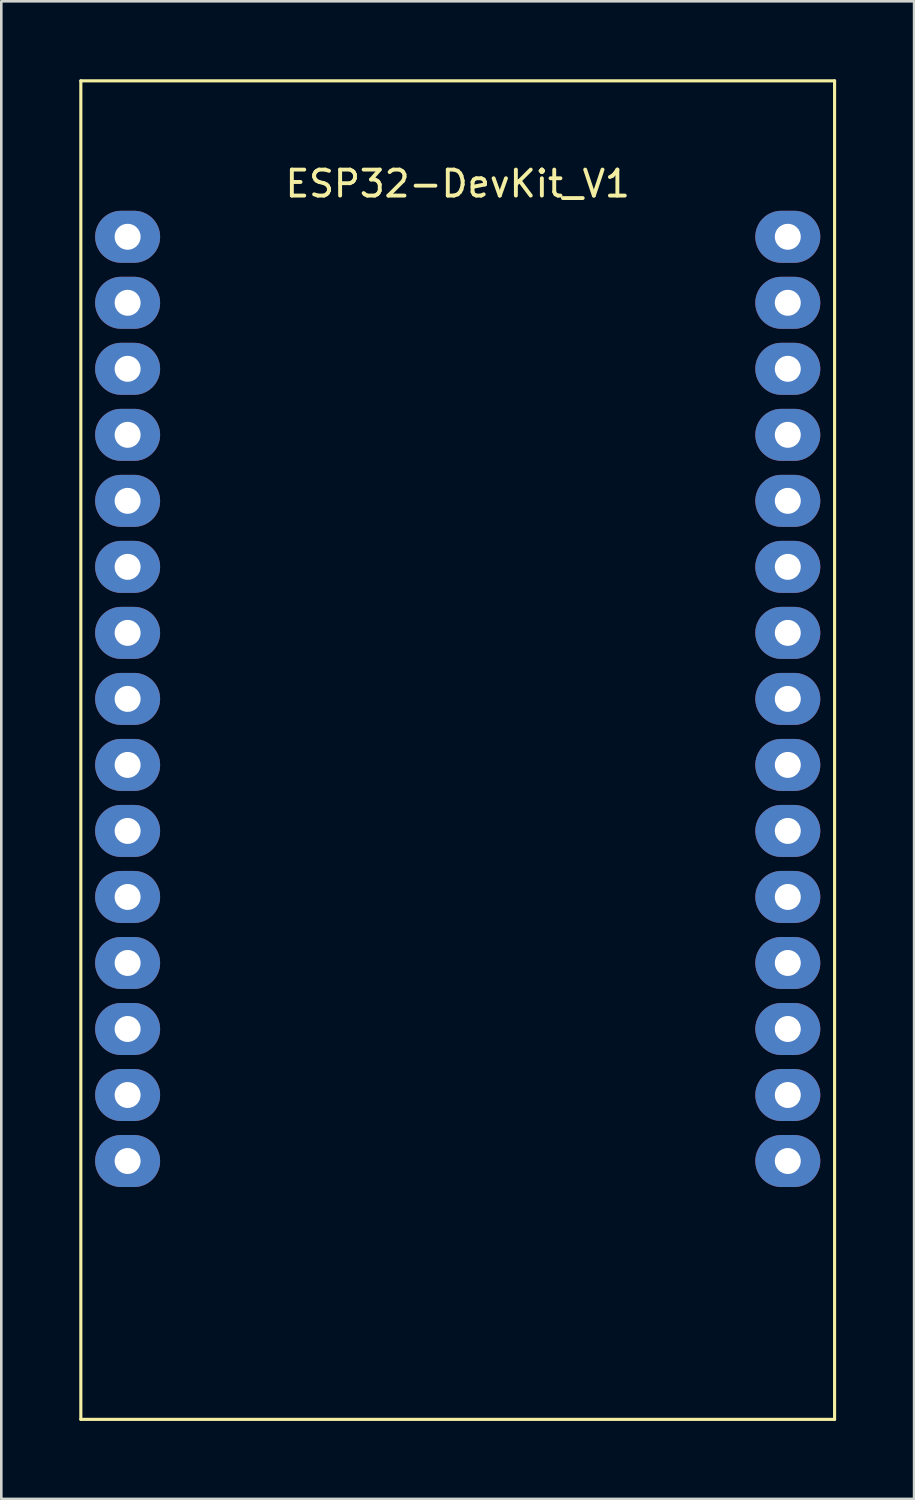
<source format=kicad_pcb>
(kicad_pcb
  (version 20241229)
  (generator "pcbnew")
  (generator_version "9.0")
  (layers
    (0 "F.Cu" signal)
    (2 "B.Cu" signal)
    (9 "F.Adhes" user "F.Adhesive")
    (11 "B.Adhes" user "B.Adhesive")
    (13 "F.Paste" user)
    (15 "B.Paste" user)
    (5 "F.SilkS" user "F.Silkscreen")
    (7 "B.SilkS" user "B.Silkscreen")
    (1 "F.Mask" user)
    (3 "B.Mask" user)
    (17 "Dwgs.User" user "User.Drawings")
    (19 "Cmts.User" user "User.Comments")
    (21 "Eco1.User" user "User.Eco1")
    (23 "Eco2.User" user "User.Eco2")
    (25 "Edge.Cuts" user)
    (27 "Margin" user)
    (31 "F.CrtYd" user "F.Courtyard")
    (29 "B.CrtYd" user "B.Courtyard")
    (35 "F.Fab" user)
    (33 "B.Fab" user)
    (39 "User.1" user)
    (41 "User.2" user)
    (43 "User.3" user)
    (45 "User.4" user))
  (footprint "ESP32-DevKit_V1"
    (layer "F.Cu")
    (at 1.86 6.06)
    (property "Reference" "ESP32-DevKit_V1" (at 12.7 -2.04 0) (layer "F.SilkS") (effects (font (size 1 1) (thickness 0.15))))
    (attr through_hole)
    (fp_line (start -1.8 -6) (end 27.2 -6) (stroke (width 0.12) (type solid)) (layer "F.SilkS"))
    (fp_line (start -1.8 45.5) (end -1.8 -6) (stroke (width 0.12) (type solid)) (layer "F.SilkS"))
    (fp_line (start 27.2 -6) (end 27.2 45.5) (stroke (width 0.12) (type solid)) (layer "F.SilkS"))
    (fp_line (start 27.2 45.5) (end -1.8 45.5) (stroke (width 0.12) (type solid)) (layer "F.SilkS"))
    (pad "1" thru_hole oval (at 0 0) (size 2.5 2) (drill 1) (layers "*.Cu" "*.Mask"))
    (pad "2" thru_hole oval (at 0 2.54) (size 2.5 2) (drill 1) (layers "*.Cu" "*.Mask"))
    (pad "3" thru_hole oval (at 0 5.08) (size 2.5 2) (drill 1) (layers "*.Cu" "*.Mask"))
    (pad "4" thru_hole oval (at 0 7.62) (size 2.5 2) (drill 1) (layers "*.Cu" "*.Mask"))
    (pad "5" thru_hole oval (at 0 10.16) (size 2.5 2) (drill 1) (layers "*.Cu" "*.Mask"))
    (pad "6" thru_hole oval (at 0 12.7) (size 2.5 2) (drill 1) (layers "*.Cu" "*.Mask"))
    (pad "7" thru_hole oval (at 0 15.24) (size 2.5 2) (drill 1) (layers "*.Cu" "*.Mask"))
    (pad "8" thru_hole oval (at 0 17.78) (size 2.5 2) (drill 1) (layers "*.Cu" "*.Mask"))
    (pad "9" thru_hole oval (at 0 20.32) (size 2.5 2) (drill 1) (layers "*.Cu" "*.Mask"))
    (pad "10" thru_hole oval (at 0 22.86) (size 2.5 2) (drill 1) (layers "*.Cu" "*.Mask"))
    (pad "11" thru_hole oval (at 0 25.4) (size 2.5 2) (drill 1) (layers "*.Cu" "*.Mask"))
    (pad "12" thru_hole oval (at 0 27.94) (size 2.5 2) (drill 1) (layers "*.Cu" "*.Mask"))
    (pad "13" thru_hole oval (at 0 30.48) (size 2.5 2) (drill 1) (layers "*.Cu" "*.Mask"))
    (pad "14" thru_hole oval (at 0 33.02) (size 2.5 2) (drill 1) (layers "*.Cu" "*.Mask"))
    (pad "15" thru_hole oval (at 0 35.56) (size 2.5 2) (drill 1) (layers "*.Cu" "*.Mask"))
    (pad "16" thru_hole oval (at 25.4 35.56) (size 2.5 2) (drill 1) (layers "*.Cu" "*.Mask"))
    (pad "17" thru_hole oval (at 25.4 33.02) (size 2.5 2) (drill 1) (layers "*.Cu" "*.Mask"))
    (pad "18" thru_hole oval (at 25.4 30.48) (size 2.5 2) (drill 1) (layers "*.Cu" "*.Mask"))
    (pad "19" thru_hole oval (at 25.4 27.94) (size 2.5 2) (drill 1) (layers "*.Cu" "*.Mask"))
    (pad "20" thru_hole oval (at 25.4 25.4) (size 2.5 2) (drill 1) (layers "*.Cu" "*.Mask"))
    (pad "21" thru_hole oval (at 25.4 22.86) (size 2.5 2) (drill 1) (layers "*.Cu" "*.Mask"))
    (pad "22" thru_hole oval (at 25.4 20.32) (size 2.5 2) (drill 1) (layers "*.Cu" "*.Mask"))
    (pad "23" thru_hole oval (at 25.4 17.78) (size 2.5 2) (drill 1) (layers "*.Cu" "*.Mask"))
    (pad "24" thru_hole oval (at 25.4 15.24) (size 2.5 2) (drill 1) (layers "*.Cu" "*.Mask"))
    (pad "25" thru_hole oval (at 25.4 12.7) (size 2.5 2) (drill 1) (layers "*.Cu" "*.Mask"))
    (pad "26" thru_hole oval (at 25.4 10.16) (size 2.5 2) (drill 1) (layers "*.Cu" "*.Mask"))
    (pad "27" thru_hole oval (at 25.4 7.62) (size 2.5 2) (drill 1) (layers "*.Cu" "*.Mask"))
    (pad "28" thru_hole oval (at 25.4 5.08) (size 2.5 2) (drill 1) (layers "*.Cu" "*.Mask"))
    (pad "29" thru_hole oval (at 25.4 2.54) (size 2.5 2) (drill 1) (layers "*.Cu" "*.Mask"))
    (pad "30" thru_hole oval (at 25.4 0) (size 2.5 2) (drill 1) (layers "*.Cu" "*.Mask")))
  (gr_rect
    (start -3 -3)
    (end 32.12 54.62)
    (stroke (width 0.1) (type default))
    (fill no)
    (layer "Edge.Cuts")))
</source>
